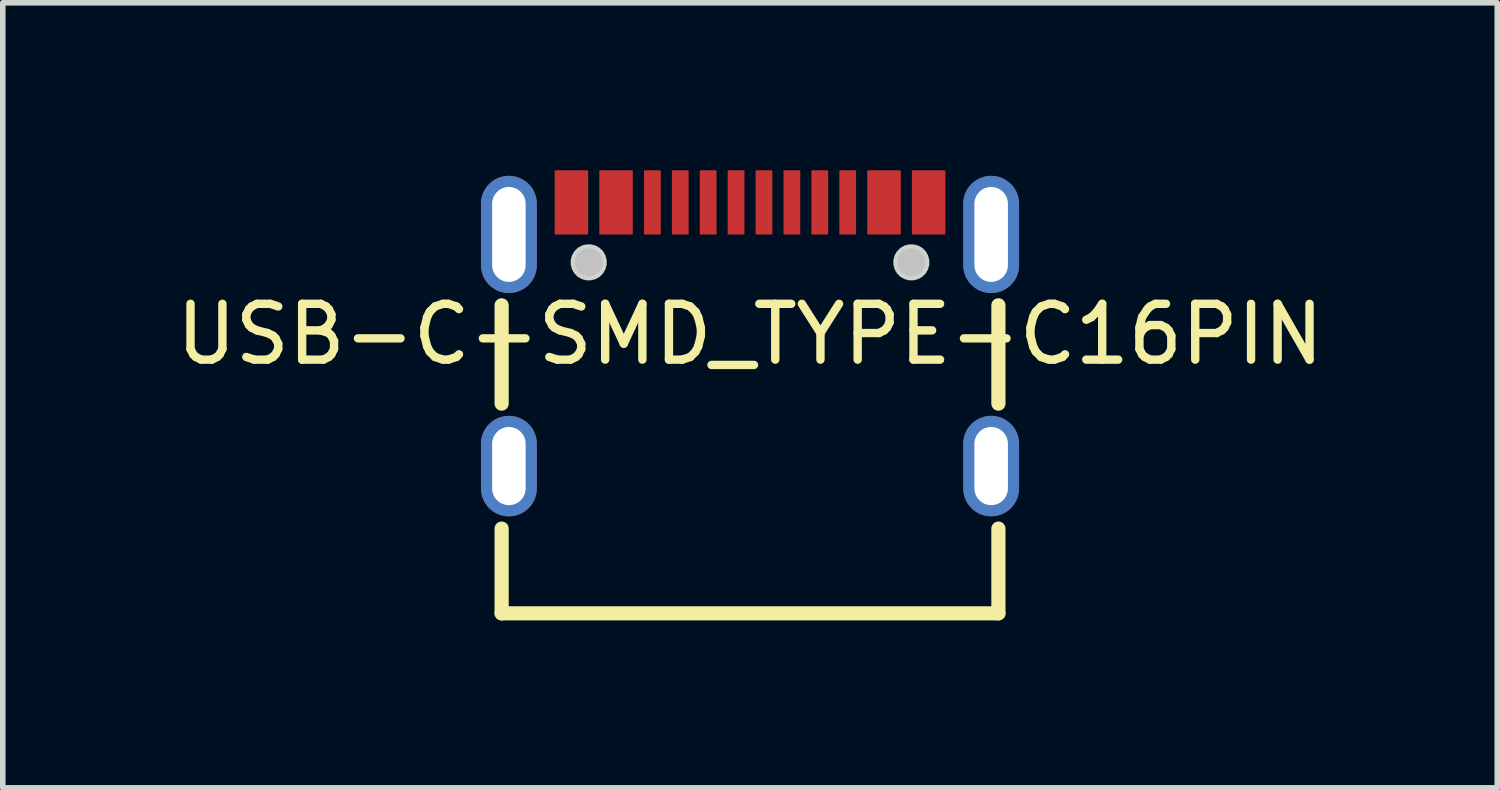
<source format=kicad_pcb>
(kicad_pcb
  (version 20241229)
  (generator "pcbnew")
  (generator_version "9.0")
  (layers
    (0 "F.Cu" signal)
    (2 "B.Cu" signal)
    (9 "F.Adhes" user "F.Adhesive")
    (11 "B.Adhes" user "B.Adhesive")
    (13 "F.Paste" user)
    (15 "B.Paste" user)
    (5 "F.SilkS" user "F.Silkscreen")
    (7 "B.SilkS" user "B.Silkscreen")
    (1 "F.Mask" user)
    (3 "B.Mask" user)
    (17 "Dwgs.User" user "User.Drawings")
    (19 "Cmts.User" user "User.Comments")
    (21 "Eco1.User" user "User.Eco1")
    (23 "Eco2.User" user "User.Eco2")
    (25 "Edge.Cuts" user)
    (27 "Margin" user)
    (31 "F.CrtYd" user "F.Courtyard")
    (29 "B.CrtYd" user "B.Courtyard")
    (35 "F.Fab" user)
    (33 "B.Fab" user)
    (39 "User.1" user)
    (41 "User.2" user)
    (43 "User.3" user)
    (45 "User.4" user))
  (footprint "USB-C-SMD_TYPE-C16PIN"
    (layer "F.Cu")
    (at 10.387 2.938)
    (property "Reference" "USB-C-SMD_TYPE-C16PIN" (at 0 0 0) (layer "F.SilkS") (effects (font (size 1 1) (thickness 0.15))))
    (fp_line (start -4.45 -0.518) (end -4.45 1.243) (stroke (width 0.254) (type default)) (layer "F.SilkS"))
    (fp_line (start -4.45 3.482) (end -4.45 5) (stroke (width 0.254) (type default)) (layer "F.SilkS"))
    (fp_line (start -4.45 5) (end 4.45 5) (stroke (width 0.254) (type default)) (layer "F.SilkS"))
    (fp_line (start 4.45 1.243) (end 4.45 -0.518) (stroke (width 0.254) (type default)) (layer "F.SilkS"))
    (fp_line (start 4.45 5) (end 4.45 3.482) (stroke (width 0.254) (type default)) (layer "F.SilkS"))
    (fp_poly (pts (xy -3.5 -2.938) (xy -2.9 -2.938) (xy -2.9 -1.788) (xy -3.5 -1.788)) (stroke (width 0) (type default)) (fill yes) (layer "F.Paste"))
    (fp_poly (pts (xy -2.7 -2.938) (xy -2.1 -2.938) (xy -2.1 -1.788) (xy -2.7 -1.788)) (stroke (width 0) (type default)) (fill yes) (layer "F.Paste"))
    (fp_poly (pts (xy -1.9 -2.938) (xy -1.6 -2.938) (xy -1.6 -1.788) (xy -1.9 -1.788)) (stroke (width 0) (type default)) (fill yes) (layer "F.Paste"))
    (fp_poly (pts (xy -1.4 -2.938) (xy -1.1 -2.938) (xy -1.1 -1.788) (xy -1.4 -1.788)) (stroke (width 0) (type default)) (fill yes) (layer "F.Paste"))
    (fp_poly (pts (xy -0.9 -2.938) (xy -0.6 -2.938) (xy -0.6 -1.788) (xy -0.9 -1.788)) (stroke (width 0) (type default)) (fill yes) (layer "F.Paste"))
    (fp_poly (pts (xy -0.4 -2.938) (xy -0.1 -2.938) (xy -0.1 -1.788) (xy -0.4 -1.788)) (stroke (width 0) (type default)) (fill yes) (layer "F.Paste"))
    (fp_poly (pts (xy 0.1 -2.938) (xy 0.4 -2.938) (xy 0.4 -1.788) (xy 0.1 -1.788)) (stroke (width 0) (type default)) (fill yes) (layer "F.Paste"))
    (fp_poly (pts (xy 0.6 -2.938) (xy 0.9 -2.938) (xy 0.9 -1.788) (xy 0.6 -1.788)) (stroke (width 0) (type default)) (fill yes) (layer "F.Paste"))
    (fp_poly (pts (xy 1.1 -2.938) (xy 1.4 -2.938) (xy 1.4 -1.788) (xy 1.1 -1.788)) (stroke (width 0) (type default)) (fill yes) (layer "F.Paste"))
    (fp_poly (pts (xy 1.6 -2.938) (xy 1.9 -2.938) (xy 1.9 -1.788) (xy 1.6 -1.788)) (stroke (width 0) (type default)) (fill yes) (layer "F.Paste"))
    (fp_poly (pts (xy 2.1 -2.938) (xy 2.7 -2.938) (xy 2.7 -1.788) (xy 2.1 -1.788)) (stroke (width 0) (type default)) (fill yes) (layer "F.Paste"))
    (fp_poly (pts (xy 2.9 -2.938) (xy 3.5 -2.938) (xy 3.5 -1.788) (xy 2.9 -1.788)) (stroke (width 0) (type default)) (fill yes) (layer "F.Paste"))
    (fp_poly (pts (arc (start -4.82 -2.3375) (mid -4.32 -2.8375) (end -3.82 -2.3375)) (arc (start -3.82 -1.2375) (mid -4.32 -0.7375) (end -4.82 -1.2375))) (stroke (width 0) (type default)) (fill yes) (layer "F.Paste"))
    (fp_poly (pts (arc (start -4.82 1.9625) (mid -4.32 1.4625) (end -3.82 1.9625)) (arc (start -3.82 2.7625) (mid -4.32 3.2625) (end -4.82 2.7625))) (stroke (width 0) (type default)) (fill yes) (layer "F.Paste"))
    (fp_poly (pts (arc (start 3.82 -2.3375) (mid 4.32 -2.8375) (end 4.82 -2.3375)) (arc (start 4.82 -1.2375) (mid 4.32 -0.7375) (end 3.82 -1.2375))) (stroke (width 0) (type default)) (fill yes) (layer "F.Paste"))
    (fp_poly (pts (arc (start 3.82 1.9625) (mid 4.32 1.4625) (end 4.82 1.9625)) (arc (start 4.82 2.7625) (mid 4.32 3.2625) (end 3.82 2.7625))) (stroke (width 0) (type default)) (fill yes) (layer "F.Paste"))
    (fp_circle (center -2.89 -1.288) (end -2.765 -1.288) (stroke (width 0.25) (type default)) (fill no) (layer "Dwgs.User"))
    (fp_circle (center 2.89 -1.288) (end 3.015 -1.288) (stroke (width 0.25) (type default)) (fill no) (layer "Dwgs.User"))
    (fp_poly (pts (xy -2.568 -1.33) (xy -2.59 -1.412) (xy -2.632 -1.486) (xy -2.692 -1.546) (xy -2.766 -1.588) (xy -2.848 -1.61) (xy -2.932 -1.61) (xy -3.014 -1.588) (xy -3.088 -1.546) (xy -3.148 -1.486) (xy -3.19 -1.412) (xy -3.212 -1.33) (xy -3.212 -1.246) (xy -3.19 -1.164) (xy -3.148 -1.09) (xy -3.088 -1.03) (xy -3.014 -0.988) (xy -2.932 -0.966) (xy -2.848 -0.966) (xy -2.766 -0.988) (xy -2.692 -1.03) (xy -2.632 -1.09) (xy -2.59 -1.164) (xy -2.568 -1.246)) (stroke (width 0) (type default)) (fill yes) (layer "Edge.Cuts"))
    (fp_poly (pts (xy 3.212 -1.33) (xy 3.19 -1.412) (xy 3.148 -1.486) (xy 3.088 -1.546) (xy 3.014 -1.588) (xy 2.932 -1.61) (xy 2.848 -1.61) (xy 2.766 -1.588) (xy 2.692 -1.546) (xy 2.632 -1.486) (xy 2.59 -1.412) (xy 2.568 -1.33) (xy 2.568 -1.246) (xy 2.59 -1.164) (xy 2.632 -1.09) (xy 2.692 -1.03) (xy 2.766 -0.988) (xy 2.848 -0.966) (xy 2.932 -0.966) (xy 3.014 -0.988) (xy 3.088 -1.03) (xy 3.148 -1.09) (xy 3.19 -1.164) (xy 3.212 -1.246)) (stroke (width 0) (type default)) (fill yes) (layer "Edge.Cuts"))
    (fp_poly (pts (xy -4.47 -2.337) (xy -4.17 -2.337) (xy -4.17 -1.238) (xy -4.47 -1.238)) (stroke (width 0.1) (type default)) (fill no) (layer "User.1"))
    (fp_poly (pts (xy -4.47 1.962) (xy -4.17 1.962) (xy -4.17 2.763) (xy -4.47 2.763)) (stroke (width 0.1) (type default)) (fill no) (layer "User.1"))
    (fp_poly (pts (xy -3.4 -2.803) (xy -3 -2.803) (xy -3 -2.103) (xy -3.4 -2.103)) (stroke (width 0.1) (type default)) (fill no) (layer "User.1"))
    (fp_poly (pts (xy -2.6 -2.803) (xy -2.2 -2.803) (xy -2.2 -2.103) (xy -2.6 -2.103)) (stroke (width 0.1) (type default)) (fill no) (layer "User.1"))
    (fp_poly (pts (xy -1.85 -2.803) (xy -1.65 -2.803) (xy -1.65 -2.103) (xy -1.85 -2.103)) (stroke (width 0.1) (type default)) (fill no) (layer "User.1"))
    (fp_poly (pts (xy -1.35 -2.803) (xy -1.15 -2.803) (xy -1.15 -2.103) (xy -1.35 -2.103)) (stroke (width 0.1) (type default)) (fill no) (layer "User.1"))
    (fp_poly (pts (xy -0.85 -2.803) (xy -0.65 -2.803) (xy -0.65 -2.103) (xy -0.85 -2.103)) (stroke (width 0.1) (type default)) (fill no) (layer "User.1"))
    (fp_poly (pts (xy -0.35 -2.803) (xy -0.15 -2.803) (xy -0.15 -2.103) (xy -0.35 -2.103)) (stroke (width 0.1) (type default)) (fill no) (layer "User.1"))
    (fp_poly (pts (xy 0.15 -2.803) (xy 0.35 -2.803) (xy 0.35 -2.103) (xy 0.15 -2.103)) (stroke (width 0.1) (type default)) (fill no) (layer "User.1"))
    (fp_poly (pts (xy 0.65 -2.803) (xy 0.85 -2.803) (xy 0.85 -2.103) (xy 0.65 -2.103)) (stroke (width 0.1) (type default)) (fill no) (layer "User.1"))
    (fp_poly (pts (xy 1.15 -2.803) (xy 1.35 -2.803) (xy 1.35 -2.103) (xy 1.15 -2.103)) (stroke (width 0.1) (type default)) (fill no) (layer "User.1"))
    (fp_poly (pts (xy 1.65 -2.803) (xy 1.85 -2.803) (xy 1.85 -2.103) (xy 1.65 -2.103)) (stroke (width 0.1) (type default)) (fill no) (layer "User.1"))
    (fp_poly (pts (xy 2.2 -2.803) (xy 2.6 -2.803) (xy 2.6 -2.103) (xy 2.2 -2.103)) (stroke (width 0.1) (type default)) (fill no) (layer "User.1"))
    (fp_poly (pts (xy 3 -2.803) (xy 3.4 -2.803) (xy 3.4 -2.103) (xy 3 -2.103)) (stroke (width 0.1) (type default)) (fill no) (layer "User.1"))
    (fp_poly (pts (xy 4.17 -2.337) (xy 4.47 -2.337) (xy 4.47 -1.238) (xy 4.17 -1.238)) (stroke (width 0.1) (type default)) (fill no) (layer "User.1"))
    (fp_poly (pts (xy 4.17 1.962) (xy 4.47 1.962) (xy 4.47 2.763) (xy 4.17 2.763)) (stroke (width 0.1) (type default)) (fill no) (layer "User.1"))
    (fp_line (start -4.47 -2.338) (end 4.47 -2.338) (stroke (width 0.051) (type default)) (layer "User.2"))
    (fp_line (start -4.47 5.012) (end -4.47 -2.338) (stroke (width 0.051) (type default)) (layer "User.2"))
    (fp_line (start 4.47 -2.338) (end 4.47 5.012) (stroke (width 0.051) (type default)) (layer "User.2"))
    (fp_line (start 4.47 5.012) (end -4.47 5.012) (stroke (width 0.051) (type default)) (layer "User.2"))
    (fp_poly (pts (xy -4.415 -2.825) (xy -4.447 -2.858) (xy -4.493 -2.858) (xy -4.525 -2.825) (xy -4.525 -2.78) (xy -4.493 -2.747) (xy -4.447 -2.747) (xy -4.415 -2.78)) (stroke (width 0.1) (type default)) (fill no) (layer "User.3"))
    (pad "1" thru_hole oval (at -4.32 -1.788) (size 1 2.1) (drill oval 0.6 1.7) (layers "*.Cu" "*.Mask"))
    (pad "2" thru_hole oval (at 4.32 -1.788) (size 1 2.1) (drill oval 0.6 1.7) (layers "*.Cu" "*.Mask"))
    (pad "3" thru_hole oval (at -4.32 2.362) (size 1 1.8) (drill oval 0.6 1.4) (layers "*.Cu" "*.Mask"))
    (pad "4" thru_hole oval (at 4.32 2.362) (size 1 1.8) (drill oval 0.6 1.4) (layers "*.Cu" "*.Mask"))
    (pad "A1B12" smd rect (at -3.2 -2.362) (size 0.6 1.15) (layers "F.Cu" "F.Mask" "F.Paste"))
    (pad "A4B9" smd rect (at -2.4 -2.362) (size 0.6 1.15) (layers "F.Cu" "F.Mask" "F.Paste"))
    (pad "A5" smd rect (at -1.25 -2.362) (size 0.3 1.15) (layers "F.Cu" "F.Mask" "F.Paste"))
    (pad "A6" smd rect (at -0.25 -2.362) (size 0.3 1.15) (layers "F.Cu" "F.Mask" "F.Paste"))
    (pad "A7" smd rect (at 0.25 -2.362) (size 0.3 1.15) (layers "F.Cu" "F.Mask" "F.Paste"))
    (pad "A8" smd rect (at 1.25 -2.362) (size 0.3 1.15) (layers "F.Cu" "F.Mask" "F.Paste"))
    (pad "B1A12" smd rect (at 3.2 -2.362) (size 0.6 1.15) (layers "F.Cu" "F.Mask" "F.Paste"))
    (pad "B4A9" smd rect (at 2.4 -2.362) (size 0.6 1.15) (layers "F.Cu" "F.Mask" "F.Paste"))
    (pad "B5" smd rect (at 1.75 -2.362) (size 0.3 1.15) (layers "F.Cu" "F.Mask" "F.Paste"))
    (pad "B6" smd rect (at 0.75 -2.362) (size 0.3 1.15) (layers "F.Cu" "F.Mask" "F.Paste"))
    (pad "B7" smd rect (at -0.75 -2.362) (size 0.3 1.15) (layers "F.Cu" "F.Mask" "F.Paste"))
    (pad "B8" smd rect (at -1.75 -2.362) (size 0.3 1.15) (layers "F.Cu" "F.Mask" "F.Paste")))
  (gr_rect
    (start -3 -3)
    (end 23.774 11.065)
    (stroke (width 0.1) (type default))
    (fill no)
    (layer "Edge.Cuts")))
</source>
